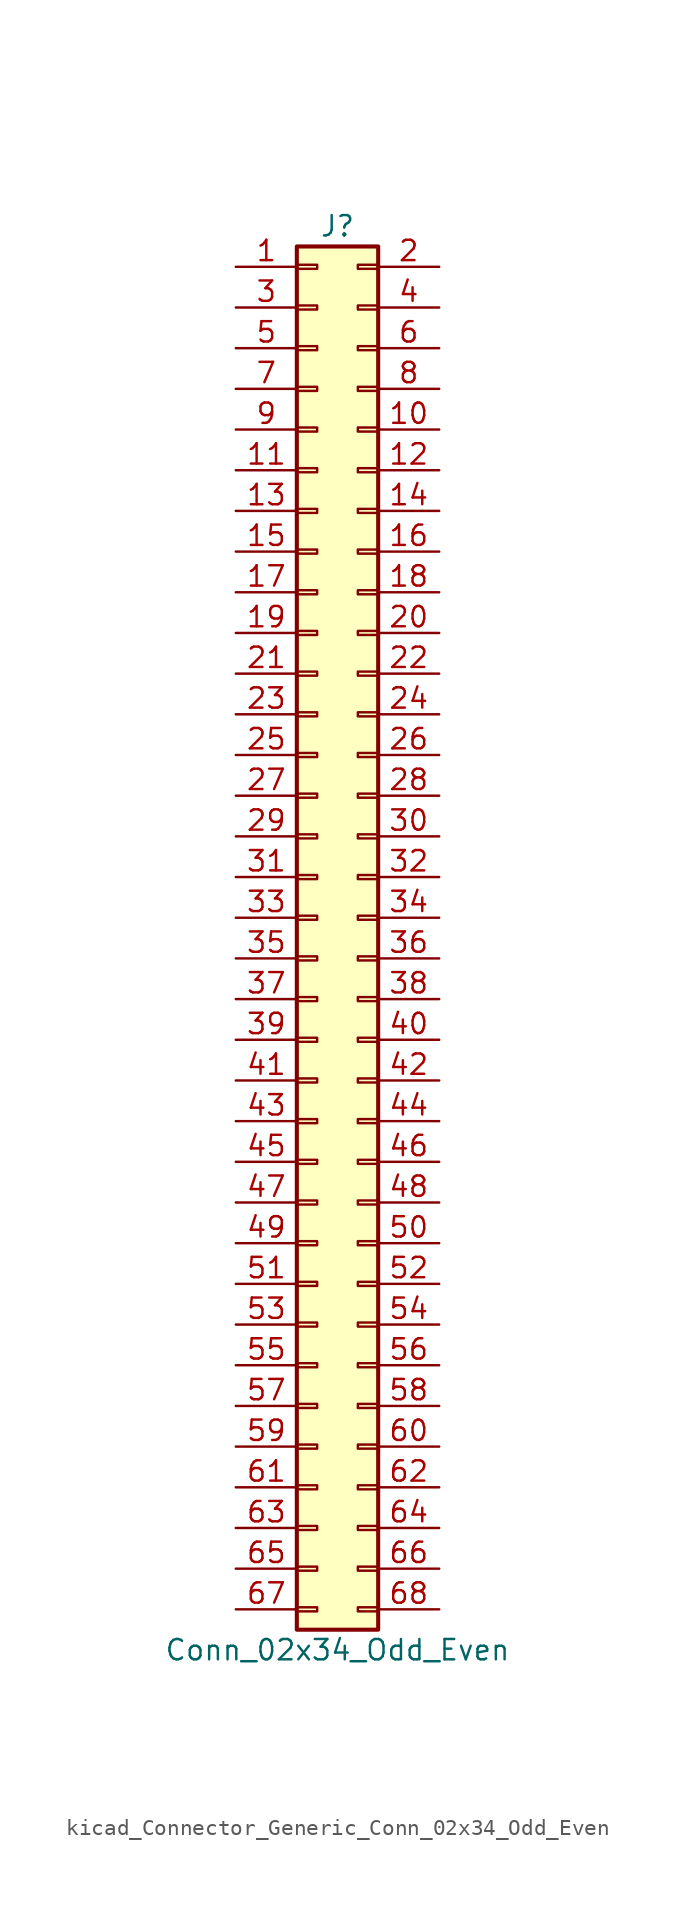
<source format=kicad_sym>
(kicad_symbol_lib
  (version 20220914)
  (generator kicad_symbol_editor)
  (symbol "kicad_Connector_Generic_Conn_02x34_Odd_Even"
    (pin_names
      (offset 1.016) hide)
    (property "Reference" "J"
      (at 1.27 43.18 0)
      (effects (font (size 1.27 1.27))))
    (property "Value" "Conn_02x34_Odd_Even"
      (at 1.27 -45.72 0)
      (effects (font (size 1.27 1.27))))
    (symbol "kicad_Connector_Generic_Conn_02x34_Odd_Even_1_1"
      (rectangle (start -1.27 -43.053) (end 0 -43.307) (stroke (width 0.152) (type default)) (fill (type none)))
      (rectangle (start -1.27 -40.513) (end 0 -40.767) (stroke (width 0.152) (type default)) (fill (type none)))
      (rectangle (start -1.27 -37.973) (end 0 -38.227) (stroke (width 0.152) (type default)) (fill (type none)))
      (rectangle (start -1.27 -35.433) (end 0 -35.687) (stroke (width 0.152) (type default)) (fill (type none)))
      (rectangle (start -1.27 -32.893) (end 0 -33.147) (stroke (width 0.152) (type default)) (fill (type none)))
      (rectangle (start -1.27 -30.353) (end 0 -30.607) (stroke (width 0.152) (type default)) (fill (type none)))
      (rectangle (start -1.27 -27.813) (end 0 -28.067) (stroke (width 0.152) (type default)) (fill (type none)))
      (rectangle (start -1.27 -25.273) (end 0 -25.527) (stroke (width 0.152) (type default)) (fill (type none)))
      (rectangle (start -1.27 -22.733) (end 0 -22.987) (stroke (width 0.152) (type default)) (fill (type none)))
      (rectangle (start -1.27 -20.193) (end 0 -20.447) (stroke (width 0.152) (type default)) (fill (type none)))
      (rectangle (start -1.27 -17.653) (end 0 -17.907) (stroke (width 0.152) (type default)) (fill (type none)))
      (rectangle (start -1.27 -15.113) (end 0 -15.367) (stroke (width 0.152) (type default)) (fill (type none)))
      (rectangle (start -1.27 -12.573) (end 0 -12.827) (stroke (width 0.152) (type default)) (fill (type none)))
      (rectangle (start -1.27 -10.033) (end 0 -10.287) (stroke (width 0.152) (type default)) (fill (type none)))
      (rectangle (start -1.27 -7.493) (end 0 -7.747) (stroke (width 0.152) (type default)) (fill (type none)))
      (rectangle (start -1.27 -4.953) (end 0 -5.207) (stroke (width 0.152) (type default)) (fill (type none)))
      (rectangle (start -1.27 -2.413) (end 0 -2.667) (stroke (width 0.152) (type default)) (fill (type none)))
      (rectangle (start -1.27 0.127) (end 0 -0.127) (stroke (width 0.152) (type default)) (fill (type none)))
      (rectangle (start -1.27 2.667) (end 0 2.413) (stroke (width 0.152) (type default)) (fill (type none)))
      (rectangle (start -1.27 5.207) (end 0 4.953) (stroke (width 0.152) (type default)) (fill (type none)))
      (rectangle (start -1.27 7.747) (end 0 7.493) (stroke (width 0.152) (type default)) (fill (type none)))
      (rectangle (start -1.27 10.287) (end 0 10.033) (stroke (width 0.152) (type default)) (fill (type none)))
      (rectangle (start -1.27 12.827) (end 0 12.573) (stroke (width 0.152) (type default)) (fill (type none)))
      (rectangle (start -1.27 15.367) (end 0 15.113) (stroke (width 0.152) (type default)) (fill (type none)))
      (rectangle (start -1.27 17.907) (end 0 17.653) (stroke (width 0.152) (type default)) (fill (type none)))
      (rectangle (start -1.27 20.447) (end 0 20.193) (stroke (width 0.152) (type default)) (fill (type none)))
      (rectangle (start -1.27 22.987) (end 0 22.733) (stroke (width 0.152) (type default)) (fill (type none)))
      (rectangle (start -1.27 25.527) (end 0 25.273) (stroke (width 0.152) (type default)) (fill (type none)))
      (rectangle (start -1.27 28.067) (end 0 27.813) (stroke (width 0.152) (type default)) (fill (type none)))
      (rectangle (start -1.27 30.607) (end 0 30.353) (stroke (width 0.152) (type default)) (fill (type none)))
      (rectangle (start -1.27 33.147) (end 0 32.893) (stroke (width 0.152) (type default)) (fill (type none)))
      (rectangle (start -1.27 35.687) (end 0 35.433) (stroke (width 0.152) (type default)) (fill (type none)))
      (rectangle (start -1.27 38.227) (end 0 37.973) (stroke (width 0.152) (type default)) (fill (type none)))
      (rectangle (start -1.27 40.767) (end 0 40.513) (stroke (width 0.152) (type default)) (fill (type none)))
      (rectangle (start -1.27 41.91) (end 3.81 -44.45) (stroke (width 0.254) (type default)) (fill (type background)))
      (rectangle (start 3.81 -43.053) (end 2.54 -43.307) (stroke (width 0.152) (type default)) (fill (type none)))
      (rectangle (start 3.81 -40.513) (end 2.54 -40.767) (stroke (width 0.152) (type default)) (fill (type none)))
      (rectangle (start 3.81 -37.973) (end 2.54 -38.227) (stroke (width 0.152) (type default)) (fill (type none)))
      (rectangle (start 3.81 -35.433) (end 2.54 -35.687) (stroke (width 0.152) (type default)) (fill (type none)))
      (rectangle (start 3.81 -32.893) (end 2.54 -33.147) (stroke (width 0.152) (type default)) (fill (type none)))
      (rectangle (start 3.81 -30.353) (end 2.54 -30.607) (stroke (width 0.152) (type default)) (fill (type none)))
      (rectangle (start 3.81 -27.813) (end 2.54 -28.067) (stroke (width 0.152) (type default)) (fill (type none)))
      (rectangle (start 3.81 -25.273) (end 2.54 -25.527) (stroke (width 0.152) (type default)) (fill (type none)))
      (rectangle (start 3.81 -22.733) (end 2.54 -22.987) (stroke (width 0.152) (type default)) (fill (type none)))
      (rectangle (start 3.81 -20.193) (end 2.54 -20.447) (stroke (width 0.152) (type default)) (fill (type none)))
      (rectangle (start 3.81 -17.653) (end 2.54 -17.907) (stroke (width 0.152) (type default)) (fill (type none)))
      (rectangle (start 3.81 -15.113) (end 2.54 -15.367) (stroke (width 0.152) (type default)) (fill (type none)))
      (rectangle (start 3.81 -12.573) (end 2.54 -12.827) (stroke (width 0.152) (type default)) (fill (type none)))
      (rectangle (start 3.81 -10.033) (end 2.54 -10.287) (stroke (width 0.152) (type default)) (fill (type none)))
      (rectangle (start 3.81 -7.493) (end 2.54 -7.747) (stroke (width 0.152) (type default)) (fill (type none)))
      (rectangle (start 3.81 -4.953) (end 2.54 -5.207) (stroke (width 0.152) (type default)) (fill (type none)))
      (rectangle (start 3.81 -2.413) (end 2.54 -2.667) (stroke (width 0.152) (type default)) (fill (type none)))
      (rectangle (start 3.81 0.127) (end 2.54 -0.127) (stroke (width 0.152) (type default)) (fill (type none)))
      (rectangle (start 3.81 2.667) (end 2.54 2.413) (stroke (width 0.152) (type default)) (fill (type none)))
      (rectangle (start 3.81 5.207) (end 2.54 4.953) (stroke (width 0.152) (type default)) (fill (type none)))
      (rectangle (start 3.81 7.747) (end 2.54 7.493) (stroke (width 0.152) (type default)) (fill (type none)))
      (rectangle (start 3.81 10.287) (end 2.54 10.033) (stroke (width 0.152) (type default)) (fill (type none)))
      (rectangle (start 3.81 12.827) (end 2.54 12.573) (stroke (width 0.152) (type default)) (fill (type none)))
      (rectangle (start 3.81 15.367) (end 2.54 15.113) (stroke (width 0.152) (type default)) (fill (type none)))
      (rectangle (start 3.81 17.907) (end 2.54 17.653) (stroke (width 0.152) (type default)) (fill (type none)))
      (rectangle (start 3.81 20.447) (end 2.54 20.193) (stroke (width 0.152) (type default)) (fill (type none)))
      (rectangle (start 3.81 22.987) (end 2.54 22.733) (stroke (width 0.152) (type default)) (fill (type none)))
      (rectangle (start 3.81 25.527) (end 2.54 25.273) (stroke (width 0.152) (type default)) (fill (type none)))
      (rectangle (start 3.81 28.067) (end 2.54 27.813) (stroke (width 0.152) (type default)) (fill (type none)))
      (rectangle (start 3.81 30.607) (end 2.54 30.353) (stroke (width 0.152) (type default)) (fill (type none)))
      (rectangle (start 3.81 33.147) (end 2.54 32.893) (stroke (width 0.152) (type default)) (fill (type none)))
      (rectangle (start 3.81 35.687) (end 2.54 35.433) (stroke (width 0.152) (type default)) (fill (type none)))
      (rectangle (start 3.81 38.227) (end 2.54 37.973) (stroke (width 0.152) (type default)) (fill (type none)))
      (rectangle (start 3.81 40.767) (end 2.54 40.513) (stroke (width 0.152) (type default)) (fill (type none)))
      (pin passive line (at -5.08 40.64 0) (length 3.81) (name "Pin_1" (effects (font (size 1.27 1.27)))) (number "1" (effects (font (size 1.27 1.27)))))
      (pin passive line (at 7.62 30.48 180) (length 3.81) (name "Pin_10" (effects (font (size 1.27 1.27)))) (number "10" (effects (font (size 1.27 1.27)))))
      (pin passive line (at -5.08 27.94 0) (length 3.81) (name "Pin_11" (effects (font (size 1.27 1.27)))) (number "11" (effects (font (size 1.27 1.27)))))
      (pin passive line (at 7.62 27.94 180) (length 3.81) (name "Pin_12" (effects (font (size 1.27 1.27)))) (number "12" (effects (font (size 1.27 1.27)))))
      (pin passive line (at -5.08 25.4 0) (length 3.81) (name "Pin_13" (effects (font (size 1.27 1.27)))) (number "13" (effects (font (size 1.27 1.27)))))
      (pin passive line (at 7.62 25.4 180) (length 3.81) (name "Pin_14" (effects (font (size 1.27 1.27)))) (number "14" (effects (font (size 1.27 1.27)))))
      (pin passive line (at -5.08 22.86 0) (length 3.81) (name "Pin_15" (effects (font (size 1.27 1.27)))) (number "15" (effects (font (size 1.27 1.27)))))
      (pin passive line (at 7.62 22.86 180) (length 3.81) (name "Pin_16" (effects (font (size 1.27 1.27)))) (number "16" (effects (font (size 1.27 1.27)))))
      (pin passive line (at -5.08 20.32 0) (length 3.81) (name "Pin_17" (effects (font (size 1.27 1.27)))) (number "17" (effects (font (size 1.27 1.27)))))
      (pin passive line (at 7.62 20.32 180) (length 3.81) (name "Pin_18" (effects (font (size 1.27 1.27)))) (number "18" (effects (font (size 1.27 1.27)))))
      (pin passive line (at -5.08 17.78 0) (length 3.81) (name "Pin_19" (effects (font (size 1.27 1.27)))) (number "19" (effects (font (size 1.27 1.27)))))
      (pin passive line (at 7.62 40.64 180) (length 3.81) (name "Pin_2" (effects (font (size 1.27 1.27)))) (number "2" (effects (font (size 1.27 1.27)))))
      (pin passive line (at 7.62 17.78 180) (length 3.81) (name "Pin_20" (effects (font (size 1.27 1.27)))) (number "20" (effects (font (size 1.27 1.27)))))
      (pin passive line (at -5.08 15.24 0) (length 3.81) (name "Pin_21" (effects (font (size 1.27 1.27)))) (number "21" (effects (font (size 1.27 1.27)))))
      (pin passive line (at 7.62 15.24 180) (length 3.81) (name "Pin_22" (effects (font (size 1.27 1.27)))) (number "22" (effects (font (size 1.27 1.27)))))
      (pin passive line (at -5.08 12.7 0) (length 3.81) (name "Pin_23" (effects (font (size 1.27 1.27)))) (number "23" (effects (font (size 1.27 1.27)))))
      (pin passive line (at 7.62 12.7 180) (length 3.81) (name "Pin_24" (effects (font (size 1.27 1.27)))) (number "24" (effects (font (size 1.27 1.27)))))
      (pin passive line (at -5.08 10.16 0) (length 3.81) (name "Pin_25" (effects (font (size 1.27 1.27)))) (number "25" (effects (font (size 1.27 1.27)))))
      (pin passive line (at 7.62 10.16 180) (length 3.81) (name "Pin_26" (effects (font (size 1.27 1.27)))) (number "26" (effects (font (size 1.27 1.27)))))
      (pin passive line (at -5.08 7.62 0) (length 3.81) (name "Pin_27" (effects (font (size 1.27 1.27)))) (number "27" (effects (font (size 1.27 1.27)))))
      (pin passive line (at 7.62 7.62 180) (length 3.81) (name "Pin_28" (effects (font (size 1.27 1.27)))) (number "28" (effects (font (size 1.27 1.27)))))
      (pin passive line (at -5.08 5.08 0) (length 3.81) (name "Pin_29" (effects (font (size 1.27 1.27)))) (number "29" (effects (font (size 1.27 1.27)))))
      (pin passive line (at -5.08 38.1 0) (length 3.81) (name "Pin_3" (effects (font (size 1.27 1.27)))) (number "3" (effects (font (size 1.27 1.27)))))
      (pin passive line (at 7.62 5.08 180) (length 3.81) (name "Pin_30" (effects (font (size 1.27 1.27)))) (number "30" (effects (font (size 1.27 1.27)))))
      (pin passive line (at -5.08 2.54 0) (length 3.81) (name "Pin_31" (effects (font (size 1.27 1.27)))) (number "31" (effects (font (size 1.27 1.27)))))
      (pin passive line (at 7.62 2.54 180) (length 3.81) (name "Pin_32" (effects (font (size 1.27 1.27)))) (number "32" (effects (font (size 1.27 1.27)))))
      (pin passive line (at -5.08 0 0) (length 3.81) (name "Pin_33" (effects (font (size 1.27 1.27)))) (number "33" (effects (font (size 1.27 1.27)))))
      (pin passive line (at 7.62 0 180) (length 3.81) (name "Pin_34" (effects (font (size 1.27 1.27)))) (number "34" (effects (font (size 1.27 1.27)))))
      (pin passive line (at -5.08 -2.54 0) (length 3.81) (name "Pin_35" (effects (font (size 1.27 1.27)))) (number "35" (effects (font (size 1.27 1.27)))))
      (pin passive line (at 7.62 -2.54 180) (length 3.81) (name "Pin_36" (effects (font (size 1.27 1.27)))) (number "36" (effects (font (size 1.27 1.27)))))
      (pin passive line (at -5.08 -5.08 0) (length 3.81) (name "Pin_37" (effects (font (size 1.27 1.27)))) (number "37" (effects (font (size 1.27 1.27)))))
      (pin passive line (at 7.62 -5.08 180) (length 3.81) (name "Pin_38" (effects (font (size 1.27 1.27)))) (number "38" (effects (font (size 1.27 1.27)))))
      (pin passive line (at -5.08 -7.62 0) (length 3.81) (name "Pin_39" (effects (font (size 1.27 1.27)))) (number "39" (effects (font (size 1.27 1.27)))))
      (pin passive line (at 7.62 38.1 180) (length 3.81) (name "Pin_4" (effects (font (size 1.27 1.27)))) (number "4" (effects (font (size 1.27 1.27)))))
      (pin passive line (at 7.62 -7.62 180) (length 3.81) (name "Pin_40" (effects (font (size 1.27 1.27)))) (number "40" (effects (font (size 1.27 1.27)))))
      (pin passive line (at -5.08 -10.16 0) (length 3.81) (name "Pin_41" (effects (font (size 1.27 1.27)))) (number "41" (effects (font (size 1.27 1.27)))))
      (pin passive line (at 7.62 -10.16 180) (length 3.81) (name "Pin_42" (effects (font (size 1.27 1.27)))) (number "42" (effects (font (size 1.27 1.27)))))
      (pin passive line (at -5.08 -12.7 0) (length 3.81) (name "Pin_43" (effects (font (size 1.27 1.27)))) (number "43" (effects (font (size 1.27 1.27)))))
      (pin passive line (at 7.62 -12.7 180) (length 3.81) (name "Pin_44" (effects (font (size 1.27 1.27)))) (number "44" (effects (font (size 1.27 1.27)))))
      (pin passive line (at -5.08 -15.24 0) (length 3.81) (name "Pin_45" (effects (font (size 1.27 1.27)))) (number "45" (effects (font (size 1.27 1.27)))))
      (pin passive line (at 7.62 -15.24 180) (length 3.81) (name "Pin_46" (effects (font (size 1.27 1.27)))) (number "46" (effects (font (size 1.27 1.27)))))
      (pin passive line (at -5.08 -17.78 0) (length 3.81) (name "Pin_47" (effects (font (size 1.27 1.27)))) (number "47" (effects (font (size 1.27 1.27)))))
      (pin passive line (at 7.62 -17.78 180) (length 3.81) (name "Pin_48" (effects (font (size 1.27 1.27)))) (number "48" (effects (font (size 1.27 1.27)))))
      (pin passive line (at -5.08 -20.32 0) (length 3.81) (name "Pin_49" (effects (font (size 1.27 1.27)))) (number "49" (effects (font (size 1.27 1.27)))))
      (pin passive line (at -5.08 35.56 0) (length 3.81) (name "Pin_5" (effects (font (size 1.27 1.27)))) (number "5" (effects (font (size 1.27 1.27)))))
      (pin passive line (at 7.62 -20.32 180) (length 3.81) (name "Pin_50" (effects (font (size 1.27 1.27)))) (number "50" (effects (font (size 1.27 1.27)))))
      (pin passive line (at -5.08 -22.86 0) (length 3.81) (name "Pin_51" (effects (font (size 1.27 1.27)))) (number "51" (effects (font (size 1.27 1.27)))))
      (pin passive line (at 7.62 -22.86 180) (length 3.81) (name "Pin_52" (effects (font (size 1.27 1.27)))) (number "52" (effects (font (size 1.27 1.27)))))
      (pin passive line (at -5.08 -25.4 0) (length 3.81) (name "Pin_53" (effects (font (size 1.27 1.27)))) (number "53" (effects (font (size 1.27 1.27)))))
      (pin passive line (at 7.62 -25.4 180) (length 3.81) (name "Pin_54" (effects (font (size 1.27 1.27)))) (number "54" (effects (font (size 1.27 1.27)))))
      (pin passive line (at -5.08 -27.94 0) (length 3.81) (name "Pin_55" (effects (font (size 1.27 1.27)))) (number "55" (effects (font (size 1.27 1.27)))))
      (pin passive line (at 7.62 -27.94 180) (length 3.81) (name "Pin_56" (effects (font (size 1.27 1.27)))) (number "56" (effects (font (size 1.27 1.27)))))
      (pin passive line (at -5.08 -30.48 0) (length 3.81) (name "Pin_57" (effects (font (size 1.27 1.27)))) (number "57" (effects (font (size 1.27 1.27)))))
      (pin passive line (at 7.62 -30.48 180) (length 3.81) (name "Pin_58" (effects (font (size 1.27 1.27)))) (number "58" (effects (font (size 1.27 1.27)))))
      (pin passive line (at -5.08 -33.02 0) (length 3.81) (name "Pin_59" (effects (font (size 1.27 1.27)))) (number "59" (effects (font (size 1.27 1.27)))))
      (pin passive line (at 7.62 35.56 180) (length 3.81) (name "Pin_6" (effects (font (size 1.27 1.27)))) (number "6" (effects (font (size 1.27 1.27)))))
      (pin passive line (at 7.62 -33.02 180) (length 3.81) (name "Pin_60" (effects (font (size 1.27 1.27)))) (number "60" (effects (font (size 1.27 1.27)))))
      (pin passive line (at -5.08 -35.56 0) (length 3.81) (name "Pin_61" (effects (font (size 1.27 1.27)))) (number "61" (effects (font (size 1.27 1.27)))))
      (pin passive line (at 7.62 -35.56 180) (length 3.81) (name "Pin_62" (effects (font (size 1.27 1.27)))) (number "62" (effects (font (size 1.27 1.27)))))
      (pin passive line (at -5.08 -38.1 0) (length 3.81) (name "Pin_63" (effects (font (size 1.27 1.27)))) (number "63" (effects (font (size 1.27 1.27)))))
      (pin passive line (at 7.62 -38.1 180) (length 3.81) (name "Pin_64" (effects (font (size 1.27 1.27)))) (number "64" (effects (font (size 1.27 1.27)))))
      (pin passive line (at -5.08 -40.64 0) (length 3.81) (name "Pin_65" (effects (font (size 1.27 1.27)))) (number "65" (effects (font (size 1.27 1.27)))))
      (pin passive line (at 7.62 -40.64 180) (length 3.81) (name "Pin_66" (effects (font (size 1.27 1.27)))) (number "66" (effects (font (size 1.27 1.27)))))
      (pin passive line (at -5.08 -43.18 0) (length 3.81) (name "Pin_67" (effects (font (size 1.27 1.27)))) (number "67" (effects (font (size 1.27 1.27)))))
      (pin passive line (at 7.62 -43.18 180) (length 3.81) (name "Pin_68" (effects (font (size 1.27 1.27)))) (number "68" (effects (font (size 1.27 1.27)))))
      (pin passive line (at -5.08 33.02 0) (length 3.81) (name "Pin_7" (effects (font (size 1.27 1.27)))) (number "7" (effects (font (size 1.27 1.27)))))
      (pin passive line (at 7.62 33.02 180) (length 3.81) (name "Pin_8" (effects (font (size 1.27 1.27)))) (number "8" (effects (font (size 1.27 1.27)))))
      (pin passive line (at -5.08 30.48 0) (length 3.81) (name "Pin_9" (effects (font (size 1.27 1.27)))) (number "9" (effects (font (size 1.27 1.27))))))))
</source>
